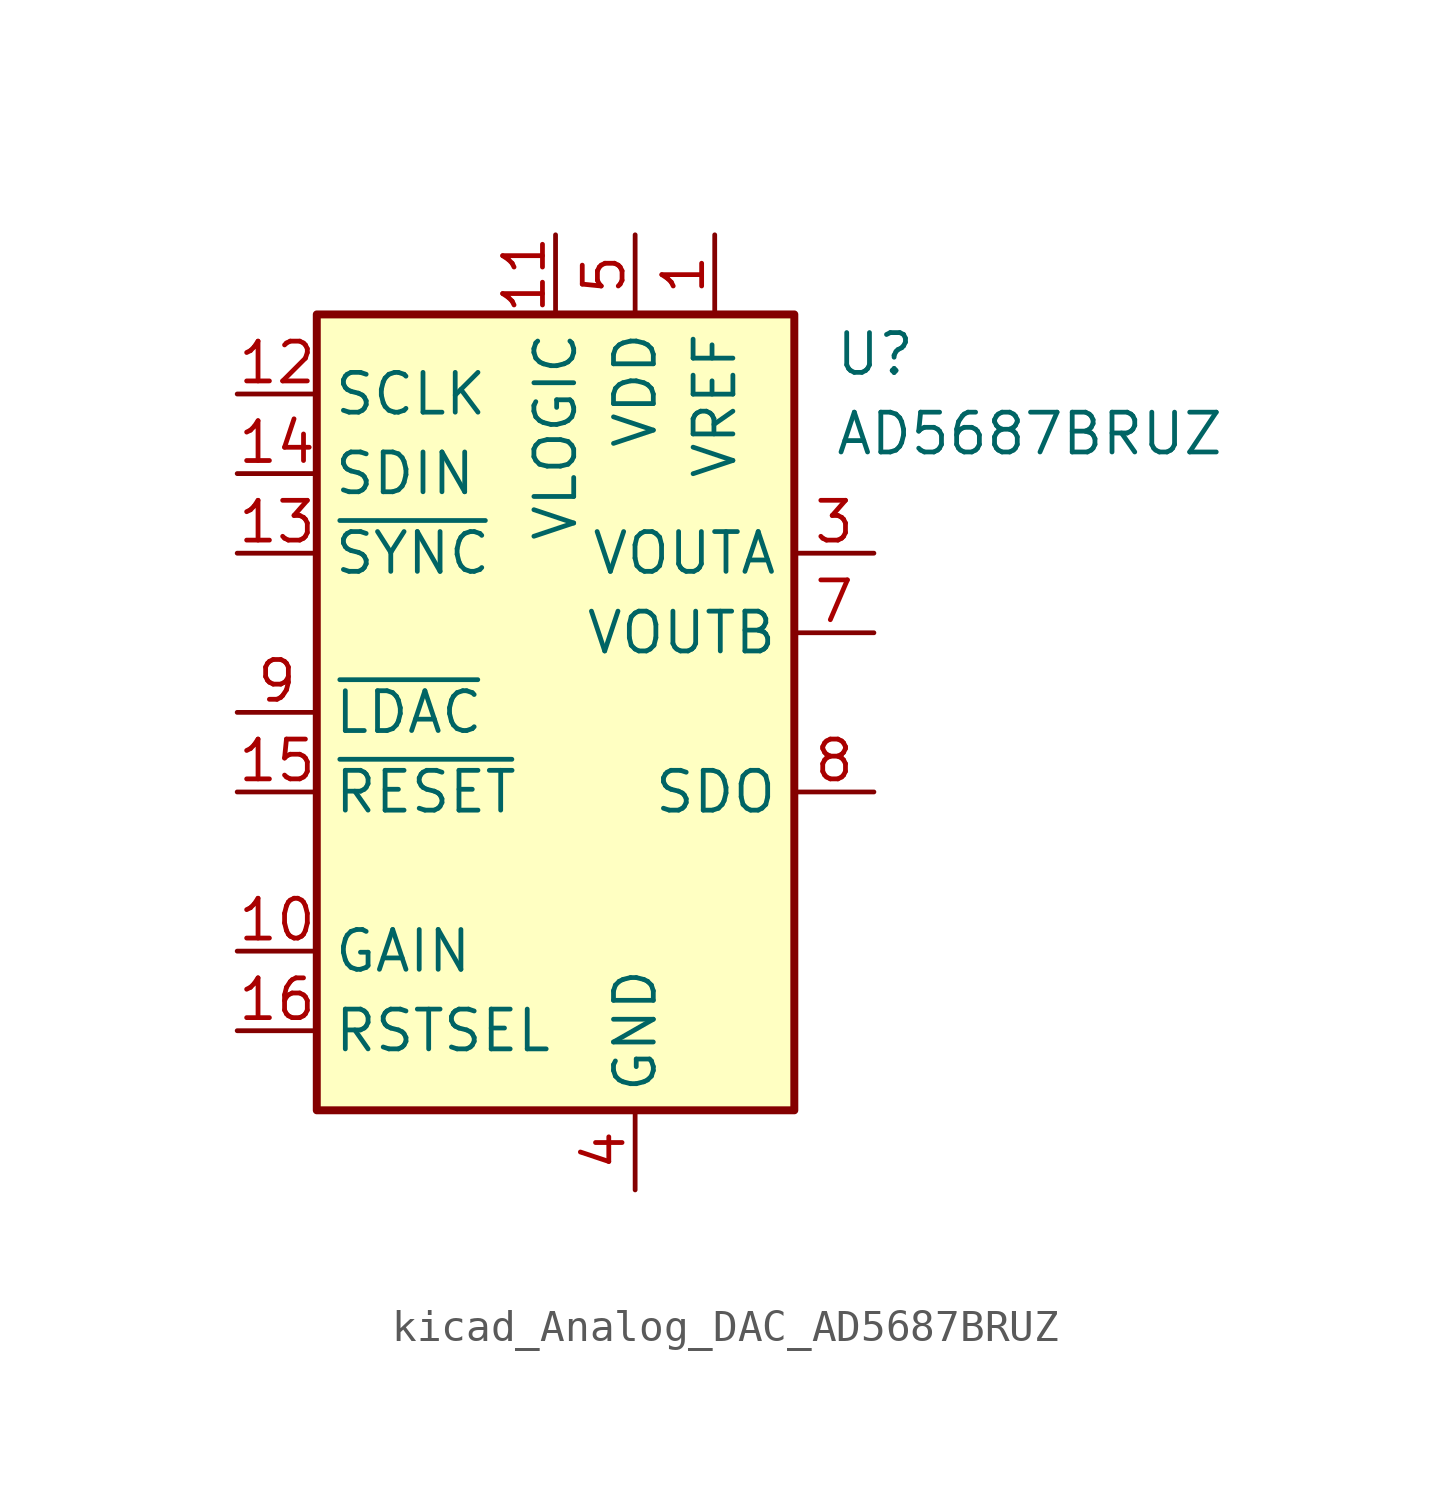
<source format=kicad_sym>
(kicad_symbol_lib
  (version 20220914)
  (generator kicad_symbol_editor)
  (symbol "kicad_Analog_DAC_AD5687BRUZ"
    (property "Reference" "U"
      (at 8.89 11.43 0)
      (effects (font (size 1.27 1.27)) (justify left)))
    (property "Value" "AD5687BRUZ"
      (at 8.89 8.89 0)
      (effects (font (size 1.27 1.27)) (justify left)))
    (symbol "kicad_Analog_DAC_AD5687BRUZ_0_1"
      (rectangle (start -7.62 12.7) (end 7.62 -12.7) (stroke (width 0.254) (type default)) (fill (type background))))
    (symbol "kicad_Analog_DAC_AD5687BRUZ_1_1"
      (pin power_in line (at 5.08 15.24 270) (length 2.54) (name "VREF" (effects (font (size 1.27 1.27)))) (number "1" (effects (font (size 1.27 1.27)))))
      (pin input line (at -10.16 -7.62 0) (length 2.54) (name "GAIN" (effects (font (size 1.27 1.27)))) (number "10" (effects (font (size 1.27 1.27)))))
      (pin power_in line (at 0 15.24 270) (length 2.54) (name "VLOGIC" (effects (font (size 1.27 1.27)))) (number "11" (effects (font (size 1.27 1.27)))))
      (pin input line (at -10.16 10.16 0) (length 2.54) (name "SCLK" (effects (font (size 1.27 1.27)))) (number "12" (effects (font (size 1.27 1.27)))))
      (pin input line (at -10.16 5.08 0) (length 2.54) (name "~{SYNC}" (effects (font (size 1.27 1.27)))) (number "13" (effects (font (size 1.27 1.27)))))
      (pin input line (at -10.16 7.62 0) (length 2.54) (name "SDIN" (effects (font (size 1.27 1.27)))) (number "14" (effects (font (size 1.27 1.27)))))
      (pin input line (at -10.16 -2.54 0) (length 2.54) (name "~{RESET}" (effects (font (size 1.27 1.27)))) (number "15" (effects (font (size 1.27 1.27)))))
      (pin input line (at -10.16 -10.16 0) (length 2.54) (name "RSTSEL" (effects (font (size 1.27 1.27)))) (number "16" (effects (font (size 1.27 1.27)))))
      (pin no_connect line (at 7.62 -5.08 180) (length 2.54) hide (name "NC" (effects (font (size 1.27 1.27)))) (number "2" (effects (font (size 1.27 1.27)))))
      (pin output line (at 10.16 5.08 180) (length 2.54) (name "VOUTA" (effects (font (size 1.27 1.27)))) (number "3" (effects (font (size 1.27 1.27)))))
      (pin power_in line (at 2.54 -15.24 90) (length 2.54) (name "GND" (effects (font (size 1.27 1.27)))) (number "4" (effects (font (size 1.27 1.27)))))
      (pin power_in line (at 2.54 15.24 270) (length 2.54) (name "VDD" (effects (font (size 1.27 1.27)))) (number "5" (effects (font (size 1.27 1.27)))))
      (pin no_connect line (at 7.62 -7.62 180) (length 2.54) hide (name "NC" (effects (font (size 1.27 1.27)))) (number "6" (effects (font (size 1.27 1.27)))))
      (pin output line (at 10.16 2.54 180) (length 2.54) (name "VOUTB" (effects (font (size 1.27 1.27)))) (number "7" (effects (font (size 1.27 1.27)))))
      (pin output line (at 10.16 -2.54 180) (length 2.54) (name "SDO" (effects (font (size 1.27 1.27)))) (number "8" (effects (font (size 1.27 1.27)))))
      (pin input line (at -10.16 0 0) (length 2.54) (name "~{LDAC}" (effects (font (size 1.27 1.27)))) (number "9" (effects (font (size 1.27 1.27))))))))
</source>
